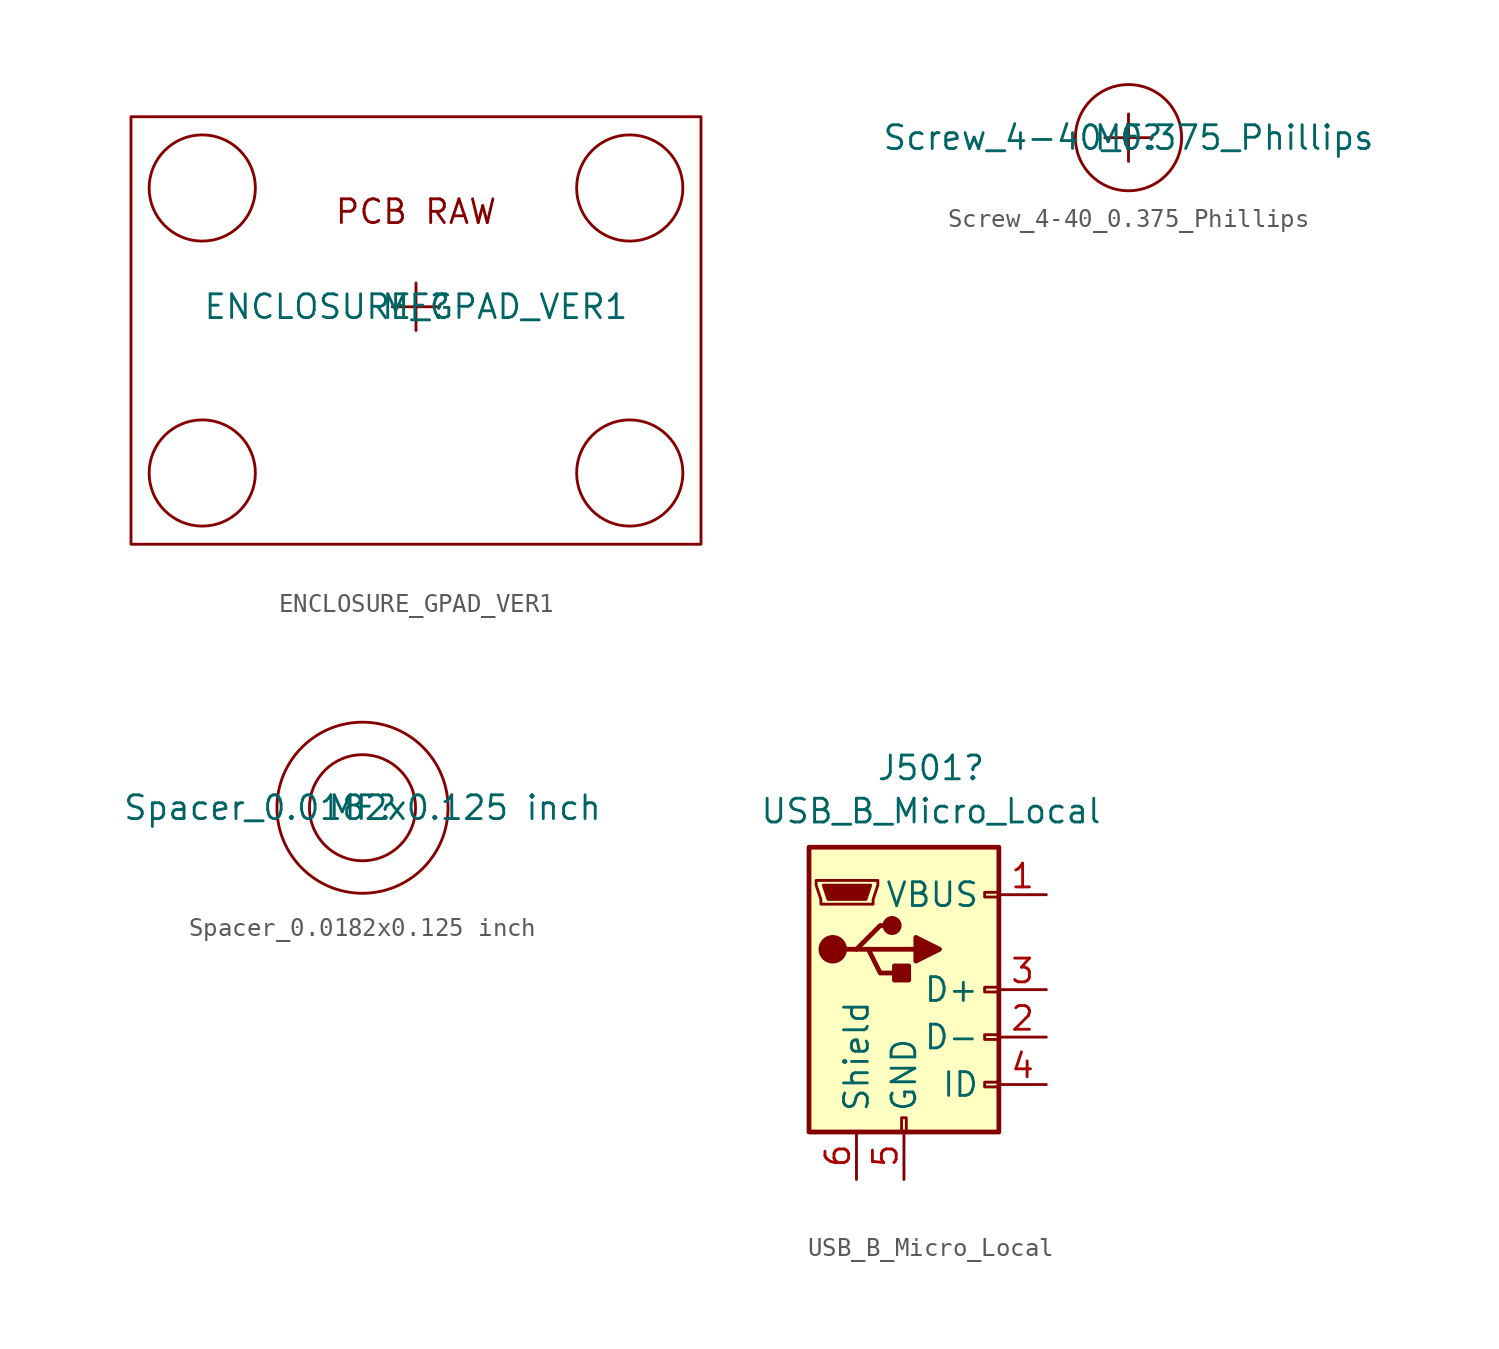
<source format=kicad_sym>
(kicad_symbol_lib
  (version 20211014)
  (generator kicad_symbol_editor)
  (symbol "ENCLOSURE_GPAD_VER1"
    (property "Reference" "MF"
      (at 0 0 0)
      (effects (font (size 1.27 1.27))))
    (property "Value" "ENCLOSURE_GPAD_VER1"
      (at 0 0 0)
      (effects (font (size 1.27 1.27))))
    (symbol "ENCLOSURE_GPAD_VER1_0_0"
      (text "PCB RAW" (at 0 5.08 0) (effects (font (size 1.27 1.27)))))
    (symbol "ENCLOSURE_GPAD_VER1_0_1"
      (rectangle (start -15.24 10.16) (end 15.24 -12.7) (stroke (width 0) (type default) (color 0 0 0 0)) (fill (type none)))
      (circle (center -11.43 -8.89) (radius 2.84) (stroke (width 0) (type default) (color 0 0 0 0)) (fill (type none)))
      (circle (center -11.43 6.35) (radius 2.84) (stroke (width 0) (type default) (color 0 0 0 0)) (fill (type none)))
      (polyline (pts (xy -1.27 0) (xy 1.27 0)) (stroke (width 0) (type default) (color 0 0 0 0)) (fill (type none)))
      (polyline (pts (xy 0 -1.27) (xy 0 1.27)) (stroke (width 0) (type default) (color 0 0 0 0)) (fill (type none)))
      (circle (center 11.43 -8.89) (radius 2.84) (stroke (width 0) (type default) (color 0 0 0 0)) (fill (type none)))
      (circle (center 11.43 6.35) (radius 2.84) (stroke (width 0) (type default) (color 0 0 0 0)) (fill (type none)))))
  (symbol "Screw_4-40_0.375_Phillips"
    (property "Reference" "MF"
      (at 0 0 0)
      (effects (font (size 1.27 1.27))))
    (property "Value" "Screw_4-40_0.375_Phillips"
      (at 0 0 0)
      (effects (font (size 1.27 1.27))))
    (symbol "Screw_4-40_0.375_Phillips_0_1"
      (polyline (pts (xy -1.27 0) (xy 1.27 0)) (stroke (width 0) (type default) (color 0 0 0 0)) (fill (type none)))
      (polyline (pts (xy 0 -1.27) (xy 0 1.27)) (stroke (width 0) (type default) (color 0 0 0 0)) (fill (type none)))
      (circle (center 0 0) (radius 2.84) (stroke (width 0) (type default) (color 0 0 0 0)) (fill (type none)))))
  (symbol "Spacer_0.0182x0.125 inch"
    (property "Reference" "MF"
      (at 0 0 0)
      (effects (font (size 1.27 1.27))))
    (property "Value" "Spacer_0.0182x0.125 inch"
      (at 0 0 0)
      (effects (font (size 1.27 1.27))))
    (symbol "Spacer_0.0182x0.125 inch_0_1"
      (circle (center 0 0) (radius 2.84) (stroke (width 0) (type default) (color 0 0 0 0)) (fill (type none)))
      (circle (center 0 0) (radius 4.579) (stroke (width 0) (type default) (color 0 0 0 0)) (fill (type none)))))
  (symbol "USB_B_Micro_Local"
    (pin_names
      (offset 1.016))
    (property "Reference" "J501"
      (at 1.448 11.862 0)
      (effects (font (size 1.27 1.27))))
    (property "Value" "USB_B_Micro_Local"
      (at 1.448 9.55 0)
      (effects (font (size 1.27 1.27))))
    (symbol "USB_B_Micro_Local_0_1"
      (rectangle (start -5.08 -7.62) (end 5.08 7.62) (stroke (width 0.254) (type default) (color 0 0 0 0)) (fill (type background)))
      (circle (center -3.81 2.159) (radius 0.635) (stroke (width 0.254) (type default) (color 0 0 0 0)) (fill (type outline)))
      (circle (center -0.635 3.429) (radius 0.381) (stroke (width 0.254) (type default) (color 0 0 0 0)) (fill (type outline)))
      (rectangle (start -0.127 -7.62) (end 0.127 -6.858) (stroke (width 0) (type default) (color 0 0 0 0)) (fill (type none)))
      (polyline (pts (xy -1.905 2.159) (xy 0.635 2.159)) (stroke (width 0.254) (type default) (color 0 0 0 0)) (fill (type none)))
      (polyline (pts (xy -3.175 2.159) (xy -2.54 2.159) (xy -1.27 3.429) (xy -0.635 3.429)) (stroke (width 0.254) (type default) (color 0 0 0 0)) (fill (type none)))
      (polyline (pts (xy -2.54 2.159) (xy -1.905 2.159) (xy -1.27 0.889) (xy 0 0.889)) (stroke (width 0.254) (type default) (color 0 0 0 0)) (fill (type none)))
      (polyline (pts (xy 0.635 2.794) (xy 0.635 1.524) (xy 1.905 2.159) (xy 0.635 2.794)) (stroke (width 0.254) (type default) (color 0 0 0 0)) (fill (type outline)))
      (polyline (pts (xy -4.318 5.588) (xy -1.778 5.588) (xy -2.032 4.826) (xy -4.064 4.826) (xy -4.318 5.588)) (stroke (width 0) (type default) (color 0 0 0 0)) (fill (type outline)))
      (polyline (pts (xy -4.699 5.842) (xy -4.699 5.588) (xy -4.445 4.826) (xy -4.445 4.572) (xy -1.651 4.572) (xy -1.651 4.826) (xy -1.397 5.588) (xy -1.397 5.842) (xy -4.699 5.842)) (stroke (width 0) (type default) (color 0 0 0 0)) (fill (type none)))
      (rectangle (start 0.254 1.27) (end -0.508 0.508) (stroke (width 0.254) (type default) (color 0 0 0 0)) (fill (type outline)))
      (rectangle (start 5.08 -5.207) (end 4.318 -4.953) (stroke (width 0) (type default) (color 0 0 0 0)) (fill (type none)))
      (rectangle (start 5.08 -2.667) (end 4.318 -2.413) (stroke (width 0) (type default) (color 0 0 0 0)) (fill (type none)))
      (rectangle (start 5.08 -0.127) (end 4.318 0.127) (stroke (width 0) (type default) (color 0 0 0 0)) (fill (type none)))
      (rectangle (start 5.08 4.953) (end 4.318 5.207) (stroke (width 0) (type default) (color 0 0 0 0)) (fill (type none))))
    (symbol "USB_B_Micro_Local_1_1"
      (pin power_out line (at 7.62 5.08 180) (length 2.54) (name "VBUS" (effects (font (size 1.27 1.27)))) (number "1" (effects (font (size 1.27 1.27)))))
      (pin bidirectional line (at 7.62 -2.54 180) (length 2.54) (name "D-" (effects (font (size 1.27 1.27)))) (number "2" (effects (font (size 1.27 1.27)))))
      (pin bidirectional line (at 7.62 0 180) (length 2.54) (name "D+" (effects (font (size 1.27 1.27)))) (number "3" (effects (font (size 1.27 1.27)))))
      (pin passive line (at 7.62 -5.08 180) (length 2.54) (name "ID" (effects (font (size 1.27 1.27)))) (number "4" (effects (font (size 1.27 1.27)))))
      (pin power_out line (at 0 -10.16 90) (length 2.54) (name "GND" (effects (font (size 1.27 1.27)))) (number "5" (effects (font (size 1.27 1.27)))))
      (pin passive line (at -2.54 -10.16 90) (length 2.54) (name "Shield" (effects (font (size 1.27 1.27)))) (number "6" (effects (font (size 1.27 1.27))))))))
</source>
